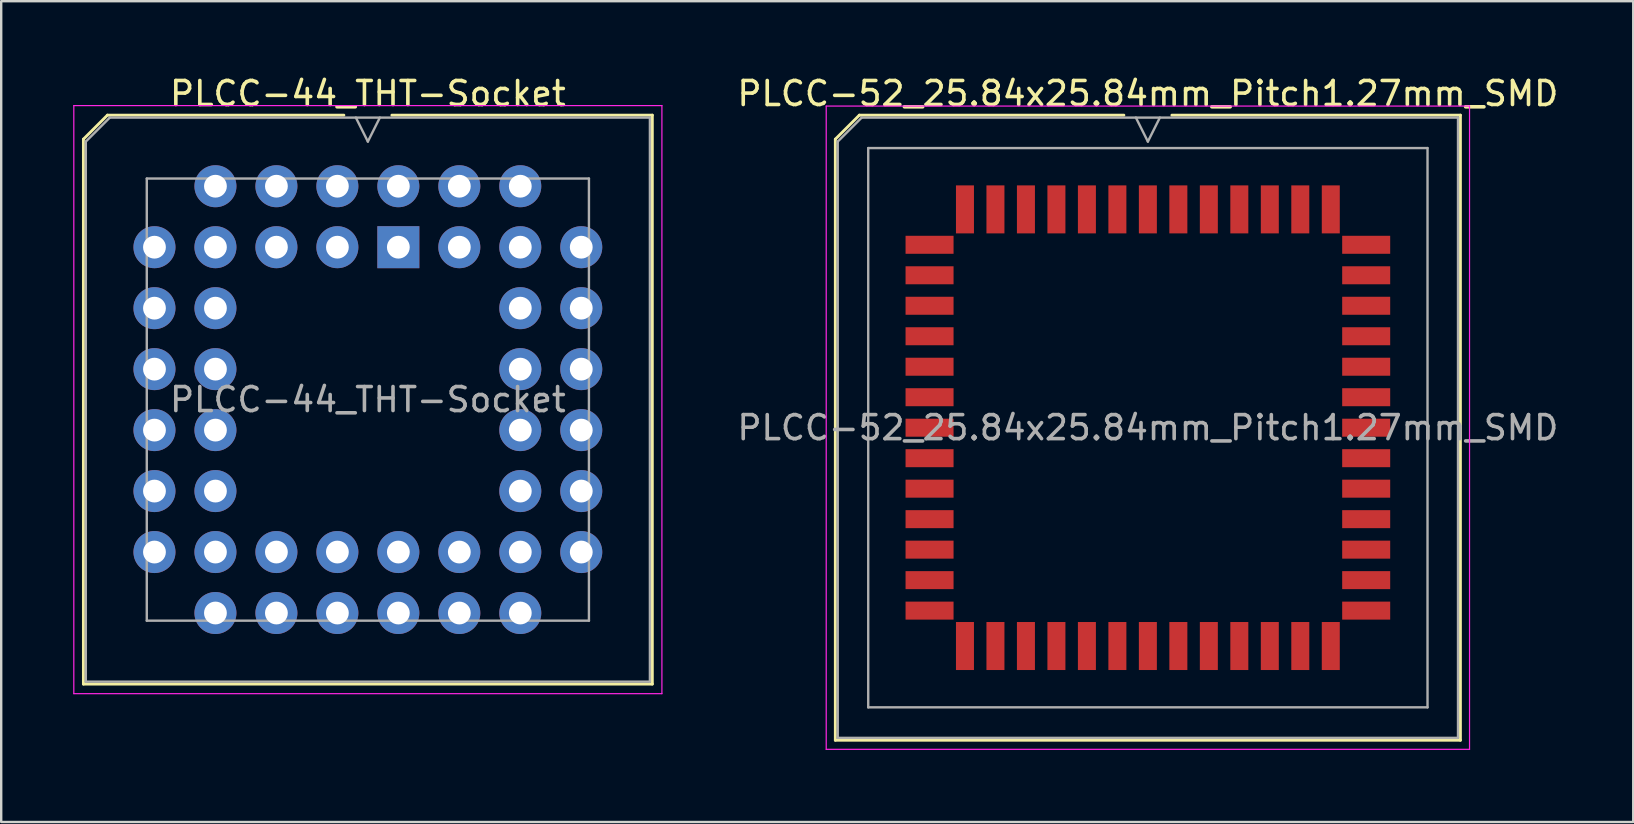
<source format=kicad_pcb>
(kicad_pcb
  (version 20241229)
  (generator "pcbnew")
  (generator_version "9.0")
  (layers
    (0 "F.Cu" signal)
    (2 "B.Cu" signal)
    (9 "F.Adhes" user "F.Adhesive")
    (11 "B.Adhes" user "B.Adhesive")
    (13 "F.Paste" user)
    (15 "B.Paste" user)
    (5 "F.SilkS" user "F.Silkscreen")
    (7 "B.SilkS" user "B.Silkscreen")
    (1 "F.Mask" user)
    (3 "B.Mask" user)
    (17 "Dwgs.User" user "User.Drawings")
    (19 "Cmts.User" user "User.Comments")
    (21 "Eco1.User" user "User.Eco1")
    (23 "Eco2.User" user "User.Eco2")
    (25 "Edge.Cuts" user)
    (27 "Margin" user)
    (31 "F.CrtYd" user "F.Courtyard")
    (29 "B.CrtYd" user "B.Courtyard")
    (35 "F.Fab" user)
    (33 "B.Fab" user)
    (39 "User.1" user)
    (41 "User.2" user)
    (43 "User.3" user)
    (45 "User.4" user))
  (footprint "PLCC-44_THT-Socket"
    (layer "F.Cu")
    (at 13.545 7.248)
    (property "Reference" "PLCC-44_THT-Socket" (at -1.27 -6.4 0) (layer "F.SilkS") (effects (font (size 1 1) (thickness 0.15))))
    (attr through_hole)
    (fp_line (start -13.12 -4.5) (end -13.12 18.2) (stroke (width 0.12) (type solid)) (layer "F.SilkS"))
    (fp_line (start -13.12 18.2) (end 10.58 18.2) (stroke (width 0.12) (type solid)) (layer "F.SilkS"))
    (fp_line (start -12.12 -5.5) (end -13.12 -4.5) (stroke (width 0.12) (type solid)) (layer "F.SilkS"))
    (fp_line (start -2.27 -5.5) (end -12.12 -5.5) (stroke (width 0.12) (type solid)) (layer "F.SilkS"))
    (fp_line (start 10.58 -5.5) (end -0.27 -5.5) (stroke (width 0.12) (type solid)) (layer "F.SilkS"))
    (fp_line (start 10.58 18.2) (end 10.58 -5.5) (stroke (width 0.12) (type solid)) (layer "F.SilkS"))
    (fp_line (start -13.52 -5.9) (end -13.52 18.6) (stroke (width 0.05) (type solid)) (layer "F.CrtYd"))
    (fp_line (start -13.52 18.6) (end 10.98 18.6) (stroke (width 0.05) (type solid)) (layer "F.CrtYd"))
    (fp_line (start 10.98 -5.9) (end -13.52 -5.9) (stroke (width 0.05) (type solid)) (layer "F.CrtYd"))
    (fp_line (start 10.98 18.6) (end 10.98 -5.9) (stroke (width 0.05) (type solid)) (layer "F.CrtYd"))
    (fp_line (start -13.02 -4.4) (end -13.02 18.1) (stroke (width 0.1) (type solid)) (layer "F.Fab"))
    (fp_line (start -13.02 18.1) (end 10.48 18.1) (stroke (width 0.1) (type solid)) (layer "F.Fab"))
    (fp_line (start -12.02 -5.4) (end -13.02 -4.4) (stroke (width 0.1) (type solid)) (layer "F.Fab"))
    (fp_line (start -10.48 -2.86) (end -10.48 15.56) (stroke (width 0.1) (type solid)) (layer "F.Fab"))
    (fp_line (start -10.48 15.56) (end 7.94 15.56) (stroke (width 0.1) (type solid)) (layer "F.Fab"))
    (fp_line (start -1.77 -5.4) (end -1.27 -4.4) (stroke (width 0.1) (type solid)) (layer "F.Fab"))
    (fp_line (start -1.27 -4.4) (end -0.77 -5.4) (stroke (width 0.1) (type solid)) (layer "F.Fab"))
    (fp_line (start 7.94 -2.86) (end -10.48 -2.86) (stroke (width 0.1) (type solid)) (layer "F.Fab"))
    (fp_line (start 7.94 15.56) (end 7.94 -2.86) (stroke (width 0.1) (type solid)) (layer "F.Fab"))
    (fp_line (start 10.48 -5.4) (end -12.02 -5.4) (stroke (width 0.1) (type solid)) (layer "F.Fab"))
    (fp_line (start 10.48 18.1) (end 10.48 -5.4) (stroke (width 0.1) (type solid)) (layer "F.Fab"))
    (fp_text user "${REFERENCE}" (at -1.27 6.35 0) (layer "F.Fab") (effects (font (size 1 1) (thickness 0.15))))
    (pad "1" thru_hole rect (at 0 0) (size 1.75 1.75) (drill 0.95) (layers "*.Cu" "*.Mask"))
    (pad "2" thru_hole circle (at -2.54 -2.54) (size 1.75 1.75) (drill 0.95) (layers "*.Cu" "*.Mask"))
    (pad "3" thru_hole circle (at -2.54 0) (size 1.75 1.75) (drill 0.95) (layers "*.Cu" "*.Mask"))
    (pad "4" thru_hole circle (at -5.08 -2.54) (size 1.75 1.75) (drill 0.95) (layers "*.Cu" "*.Mask"))
    (pad "5" thru_hole circle (at -5.08 0) (size 1.75 1.75) (drill 0.95) (layers "*.Cu" "*.Mask"))
    (pad "6" thru_hole circle (at -7.62 -2.54) (size 1.75 1.75) (drill 0.95) (layers "*.Cu" "*.Mask"))
    (pad "7" thru_hole circle (at -10.16 0) (size 1.75 1.75) (drill 0.95) (layers "*.Cu" "*.Mask"))
    (pad "8" thru_hole circle (at -7.62 0) (size 1.75 1.75) (drill 0.95) (layers "*.Cu" "*.Mask"))
    (pad "9" thru_hole circle (at -10.16 2.54) (size 1.75 1.75) (drill 0.95) (layers "*.Cu" "*.Mask"))
    (pad "10" thru_hole circle (at -7.62 2.54) (size 1.75 1.75) (drill 0.95) (layers "*.Cu" "*.Mask"))
    (pad "11" thru_hole circle (at -10.16 5.08) (size 1.75 1.75) (drill 0.95) (layers "*.Cu" "*.Mask"))
    (pad "12" thru_hole circle (at -7.62 5.08) (size 1.75 1.75) (drill 0.95) (layers "*.Cu" "*.Mask"))
    (pad "13" thru_hole circle (at -10.16 7.62) (size 1.75 1.75) (drill 0.95) (layers "*.Cu" "*.Mask"))
    (pad "14" thru_hole circle (at -7.62 7.62) (size 1.75 1.75) (drill 0.95) (layers "*.Cu" "*.Mask"))
    (pad "15" thru_hole circle (at -10.16 10.16) (size 1.75 1.75) (drill 0.95) (layers "*.Cu" "*.Mask"))
    (pad "16" thru_hole circle (at -7.62 10.16) (size 1.75 1.75) (drill 0.95) (layers "*.Cu" "*.Mask"))
    (pad "17" thru_hole circle (at -10.16 12.7) (size 1.75 1.75) (drill 0.95) (layers "*.Cu" "*.Mask"))
    (pad "18" thru_hole circle (at -7.62 15.24) (size 1.75 1.75) (drill 0.95) (layers "*.Cu" "*.Mask"))
    (pad "19" thru_hole circle (at -7.62 12.7) (size 1.75 1.75) (drill 0.95) (layers "*.Cu" "*.Mask"))
    (pad "20" thru_hole circle (at -5.08 15.24) (size 1.75 1.75) (drill 0.95) (layers "*.Cu" "*.Mask"))
    (pad "21" thru_hole circle (at -5.08 12.7) (size 1.75 1.75) (drill 0.95) (layers "*.Cu" "*.Mask"))
    (pad "22" thru_hole circle (at -2.54 15.24) (size 1.75 1.75) (drill 0.95) (layers "*.Cu" "*.Mask"))
    (pad "23" thru_hole circle (at -2.54 12.7) (size 1.75 1.75) (drill 0.95) (layers "*.Cu" "*.Mask"))
    (pad "24" thru_hole circle (at 0 15.24) (size 1.75 1.75) (drill 0.95) (layers "*.Cu" "*.Mask"))
    (pad "25" thru_hole circle (at 0 12.7) (size 1.75 1.75) (drill 0.95) (layers "*.Cu" "*.Mask"))
    (pad "26" thru_hole circle (at 2.54 15.24) (size 1.75 1.75) (drill 0.95) (layers "*.Cu" "*.Mask"))
    (pad "27" thru_hole circle (at 2.54 12.7) (size 1.75 1.75) (drill 0.95) (layers "*.Cu" "*.Mask"))
    (pad "28" thru_hole circle (at 5.08 15.24) (size 1.75 1.75) (drill 0.95) (layers "*.Cu" "*.Mask"))
    (pad "29" thru_hole circle (at 7.62 12.7) (size 1.75 1.75) (drill 0.95) (layers "*.Cu" "*.Mask"))
    (pad "30" thru_hole circle (at 5.08 12.7) (size 1.75 1.75) (drill 0.95) (layers "*.Cu" "*.Mask"))
    (pad "31" thru_hole circle (at 7.62 10.16) (size 1.75 1.75) (drill 0.95) (layers "*.Cu" "*.Mask"))
    (pad "32" thru_hole circle (at 5.08 10.16) (size 1.75 1.75) (drill 0.95) (layers "*.Cu" "*.Mask"))
    (pad "33" thru_hole circle (at 7.62 7.62) (size 1.75 1.75) (drill 0.95) (layers "*.Cu" "*.Mask"))
    (pad "34" thru_hole circle (at 5.08 7.62) (size 1.75 1.75) (drill 0.95) (layers "*.Cu" "*.Mask"))
    (pad "35" thru_hole circle (at 7.62 5.08) (size 1.75 1.75) (drill 0.95) (layers "*.Cu" "*.Mask"))
    (pad "36" thru_hole circle (at 5.08 5.08) (size 1.75 1.75) (drill 0.95) (layers "*.Cu" "*.Mask"))
    (pad "37" thru_hole circle (at 7.62 2.54) (size 1.75 1.75) (drill 0.95) (layers "*.Cu" "*.Mask"))
    (pad "38" thru_hole circle (at 5.08 2.54) (size 1.75 1.75) (drill 0.95) (layers "*.Cu" "*.Mask"))
    (pad "39" thru_hole circle (at 7.62 0) (size 1.75 1.75) (drill 0.95) (layers "*.Cu" "*.Mask"))
    (pad "40" thru_hole circle (at 5.08 -2.54) (size 1.75 1.75) (drill 0.95) (layers "*.Cu" "*.Mask"))
    (pad "41" thru_hole circle (at 5.08 0) (size 1.75 1.75) (drill 0.95) (layers "*.Cu" "*.Mask"))
    (pad "42" thru_hole circle (at 2.54 -2.54) (size 1.75 1.75) (drill 0.95) (layers "*.Cu" "*.Mask"))
    (pad "43" thru_hole circle (at 2.54 0) (size 1.75 1.75) (drill 0.95) (layers "*.Cu" "*.Mask"))
    (pad "44" thru_hole circle (at 0 -2.54) (size 1.75 1.75) (drill 0.95) (layers "*.Cu" "*.Mask")))
  (footprint "PLCC-52_25.84x25.84mm_Pitch1.27mm_SMD"
    (layer "F.Cu")
    (at 44.77 14.768)
    (property "Reference" "PLCC-52_25.84x25.84mm_Pitch1.27mm_SMD" (at 0 -13.92 0) (layer "F.SilkS") (effects (font (size 1 1) (thickness 0.15))))
    (attr smd)
    (fp_line (start -13.02 -12.02) (end -13.02 13.02) (stroke (width 0.12) (type solid)) (layer "F.SilkS"))
    (fp_line (start -13.02 13.02) (end 13.02 13.02) (stroke (width 0.12) (type solid)) (layer "F.SilkS"))
    (fp_line (start -12.02 -13.02) (end -13.02 -12.02) (stroke (width 0.12) (type solid)) (layer "F.SilkS"))
    (fp_line (start -1 -13.02) (end -12.02 -13.02) (stroke (width 0.12) (type solid)) (layer "F.SilkS"))
    (fp_line (start 13.02 -13.02) (end 1 -13.02) (stroke (width 0.12) (type solid)) (layer "F.SilkS"))
    (fp_line (start 13.02 13.02) (end 13.02 -13.02) (stroke (width 0.12) (type solid)) (layer "F.SilkS"))
    (fp_line (start -13.4 -13.4) (end -13.4 13.4) (stroke (width 0.05) (type solid)) (layer "F.CrtYd"))
    (fp_line (start -13.4 13.4) (end 13.4 13.4) (stroke (width 0.05) (type solid)) (layer "F.CrtYd"))
    (fp_line (start 13.4 -13.4) (end -13.4 -13.4) (stroke (width 0.05) (type solid)) (layer "F.CrtYd"))
    (fp_line (start 13.4 13.4) (end 13.4 -13.4) (stroke (width 0.05) (type solid)) (layer "F.CrtYd"))
    (fp_line (start -12.92 -11.92) (end -12.92 12.92) (stroke (width 0.1) (type solid)) (layer "F.Fab"))
    (fp_line (start -12.92 12.92) (end 12.92 12.92) (stroke (width 0.1) (type solid)) (layer "F.Fab"))
    (fp_line (start -11.92 -12.92) (end -12.92 -11.92) (stroke (width 0.1) (type solid)) (layer "F.Fab"))
    (fp_line (start -11.65 -11.65) (end -11.65 11.65) (stroke (width 0.1) (type solid)) (layer "F.Fab"))
    (fp_line (start -11.65 11.65) (end 11.65 11.65) (stroke (width 0.1) (type solid)) (layer "F.Fab"))
    (fp_line (start -0.5 -12.92) (end 0 -11.92) (stroke (width 0.1) (type solid)) (layer "F.Fab"))
    (fp_line (start 0 -11.92) (end 0.5 -12.92) (stroke (width 0.1) (type solid)) (layer "F.Fab"))
    (fp_line (start 11.65 -11.65) (end -11.65 -11.65) (stroke (width 0.1) (type solid)) (layer "F.Fab"))
    (fp_line (start 11.65 11.65) (end 11.65 -11.65) (stroke (width 0.1) (type solid)) (layer "F.Fab"))
    (fp_line (start 12.92 -12.92) (end -11.92 -12.92) (stroke (width 0.1) (type solid)) (layer "F.Fab"))
    (fp_line (start 12.92 12.92) (end 12.92 -12.92) (stroke (width 0.1) (type solid)) (layer "F.Fab"))
    (fp_text user "${REFERENCE}" (at 0 0 0) (layer "F.Fab") (effects (font (size 1 1) (thickness 0.15))))
    (pad "1" smd rect (at 0 -9.095) (size 0.75 2) (layers "F.Cu" "F.Mask" "F.Paste"))
    (pad "2" smd rect (at -1.27 -9.095) (size 0.75 2) (layers "F.Cu" "F.Mask" "F.Paste"))
    (pad "3" smd rect (at -2.54 -9.095) (size 0.75 2) (layers "F.Cu" "F.Mask" "F.Paste"))
    (pad "4" smd rect (at -3.81 -9.095) (size 0.75 2) (layers "F.Cu" "F.Mask" "F.Paste"))
    (pad "5" smd rect (at -5.08 -9.095) (size 0.75 2) (layers "F.Cu" "F.Mask" "F.Paste"))
    (pad "6" smd rect (at -6.35 -9.095) (size 0.75 2) (layers "F.Cu" "F.Mask" "F.Paste"))
    (pad "7" smd rect (at -7.62 -9.095) (size 0.75 2) (layers "F.Cu" "F.Mask" "F.Paste"))
    (pad "8" smd rect (at -9.095 -7.62) (size 2 0.75) (layers "F.Cu" "F.Mask" "F.Paste"))
    (pad "9" smd rect (at -9.095 -6.35) (size 2 0.75) (layers "F.Cu" "F.Mask" "F.Paste"))
    (pad "10" smd rect (at -9.095 -5.08) (size 2 0.75) (layers "F.Cu" "F.Mask" "F.Paste"))
    (pad "11" smd rect (at -9.095 -3.81) (size 2 0.75) (layers "F.Cu" "F.Mask" "F.Paste"))
    (pad "12" smd rect (at -9.095 -2.54) (size 2 0.75) (layers "F.Cu" "F.Mask" "F.Paste"))
    (pad "13" smd rect (at -9.095 -1.27) (size 2 0.75) (layers "F.Cu" "F.Mask" "F.Paste"))
    (pad "14" smd rect (at -9.095 0) (size 2 0.75) (layers "F.Cu" "F.Mask" "F.Paste"))
    (pad "15" smd rect (at -9.095 1.27) (size 2 0.75) (layers "F.Cu" "F.Mask" "F.Paste"))
    (pad "16" smd rect (at -9.095 2.54) (size 2 0.75) (layers "F.Cu" "F.Mask" "F.Paste"))
    (pad "17" smd rect (at -9.095 3.81) (size 2 0.75) (layers "F.Cu" "F.Mask" "F.Paste"))
    (pad "18" smd rect (at -9.095 5.08) (size 2 0.75) (layers "F.Cu" "F.Mask" "F.Paste"))
    (pad "19" smd rect (at -9.095 6.35) (size 2 0.75) (layers "F.Cu" "F.Mask" "F.Paste"))
    (pad "20" smd rect (at -9.095 7.62) (size 2 0.75) (layers "F.Cu" "F.Mask" "F.Paste"))
    (pad "21" smd rect (at -7.62 9.095) (size 0.75 2) (layers "F.Cu" "F.Mask" "F.Paste"))
    (pad "22" smd rect (at -6.35 9.095) (size 0.75 2) (layers "F.Cu" "F.Mask" "F.Paste"))
    (pad "23" smd rect (at -5.08 9.095) (size 0.75 2) (layers "F.Cu" "F.Mask" "F.Paste"))
    (pad "24" smd rect (at -3.81 9.095) (size 0.75 2) (layers "F.Cu" "F.Mask" "F.Paste"))
    (pad "25" smd rect (at -2.54 9.095) (size 0.75 2) (layers "F.Cu" "F.Mask" "F.Paste"))
    (pad "26" smd rect (at -1.27 9.095) (size 0.75 2) (layers "F.Cu" "F.Mask" "F.Paste"))
    (pad "27" smd rect (at 0 9.095) (size 0.75 2) (layers "F.Cu" "F.Mask" "F.Paste"))
    (pad "28" smd rect (at 1.27 9.095) (size 0.75 2) (layers "F.Cu" "F.Mask" "F.Paste"))
    (pad "29" smd rect (at 2.54 9.095) (size 0.75 2) (layers "F.Cu" "F.Mask" "F.Paste"))
    (pad "30" smd rect (at 3.81 9.095) (size 0.75 2) (layers "F.Cu" "F.Mask" "F.Paste"))
    (pad "31" smd rect (at 5.08 9.095) (size 0.75 2) (layers "F.Cu" "F.Mask" "F.Paste"))
    (pad "32" smd rect (at 6.35 9.095) (size 0.75 2) (layers "F.Cu" "F.Mask" "F.Paste"))
    (pad "33" smd rect (at 7.62 9.095) (size 0.75 2) (layers "F.Cu" "F.Mask" "F.Paste"))
    (pad "34" smd rect (at 9.095 7.62) (size 2 0.75) (layers "F.Cu" "F.Mask" "F.Paste"))
    (pad "35" smd rect (at 9.095 6.35) (size 2 0.75) (layers "F.Cu" "F.Mask" "F.Paste"))
    (pad "36" smd rect (at 9.095 5.08) (size 2 0.75) (layers "F.Cu" "F.Mask" "F.Paste"))
    (pad "37" smd rect (at 9.095 3.81) (size 2 0.75) (layers "F.Cu" "F.Mask" "F.Paste"))
    (pad "38" smd rect (at 9.095 2.54) (size 2 0.75) (layers "F.Cu" "F.Mask" "F.Paste"))
    (pad "39" smd rect (at 9.095 1.27) (size 2 0.75) (layers "F.Cu" "F.Mask" "F.Paste"))
    (pad "40" smd rect (at 9.095 0) (size 2 0.75) (layers "F.Cu" "F.Mask" "F.Paste"))
    (pad "41" smd rect (at 9.095 -1.27) (size 2 0.75) (layers "F.Cu" "F.Mask" "F.Paste"))
    (pad "42" smd rect (at 9.095 -2.54) (size 2 0.75) (layers "F.Cu" "F.Mask" "F.Paste"))
    (pad "43" smd rect (at 9.095 -3.81) (size 2 0.75) (layers "F.Cu" "F.Mask" "F.Paste"))
    (pad "44" smd rect (at 9.095 -5.08) (size 2 0.75) (layers "F.Cu" "F.Mask" "F.Paste"))
    (pad "45" smd rect (at 9.095 -6.35) (size 2 0.75) (layers "F.Cu" "F.Mask" "F.Paste"))
    (pad "46" smd rect (at 9.095 -7.62) (size 2 0.75) (layers "F.Cu" "F.Mask" "F.Paste"))
    (pad "47" smd rect (at 7.62 -9.095) (size 0.75 2) (layers "F.Cu" "F.Mask" "F.Paste"))
    (pad "48" smd rect (at 6.35 -9.095) (size 0.75 2) (layers "F.Cu" "F.Mask" "F.Paste"))
    (pad "49" smd rect (at 5.08 -9.095) (size 0.75 2) (layers "F.Cu" "F.Mask" "F.Paste"))
    (pad "50" smd rect (at 3.81 -9.095) (size 0.75 2) (layers "F.Cu" "F.Mask" "F.Paste"))
    (pad "51" smd rect (at 2.54 -9.095) (size 0.75 2) (layers "F.Cu" "F.Mask" "F.Paste"))
    (pad "52" smd rect (at 1.27 -9.095) (size 0.75 2) (layers "F.Cu" "F.Mask" "F.Paste")))
  (gr_rect
    (start -3 -3)
    (end 64.99 31.193)
    (stroke (width 0.1) (type default))
    (fill no)
    (layer "Edge.Cuts")))
</source>
